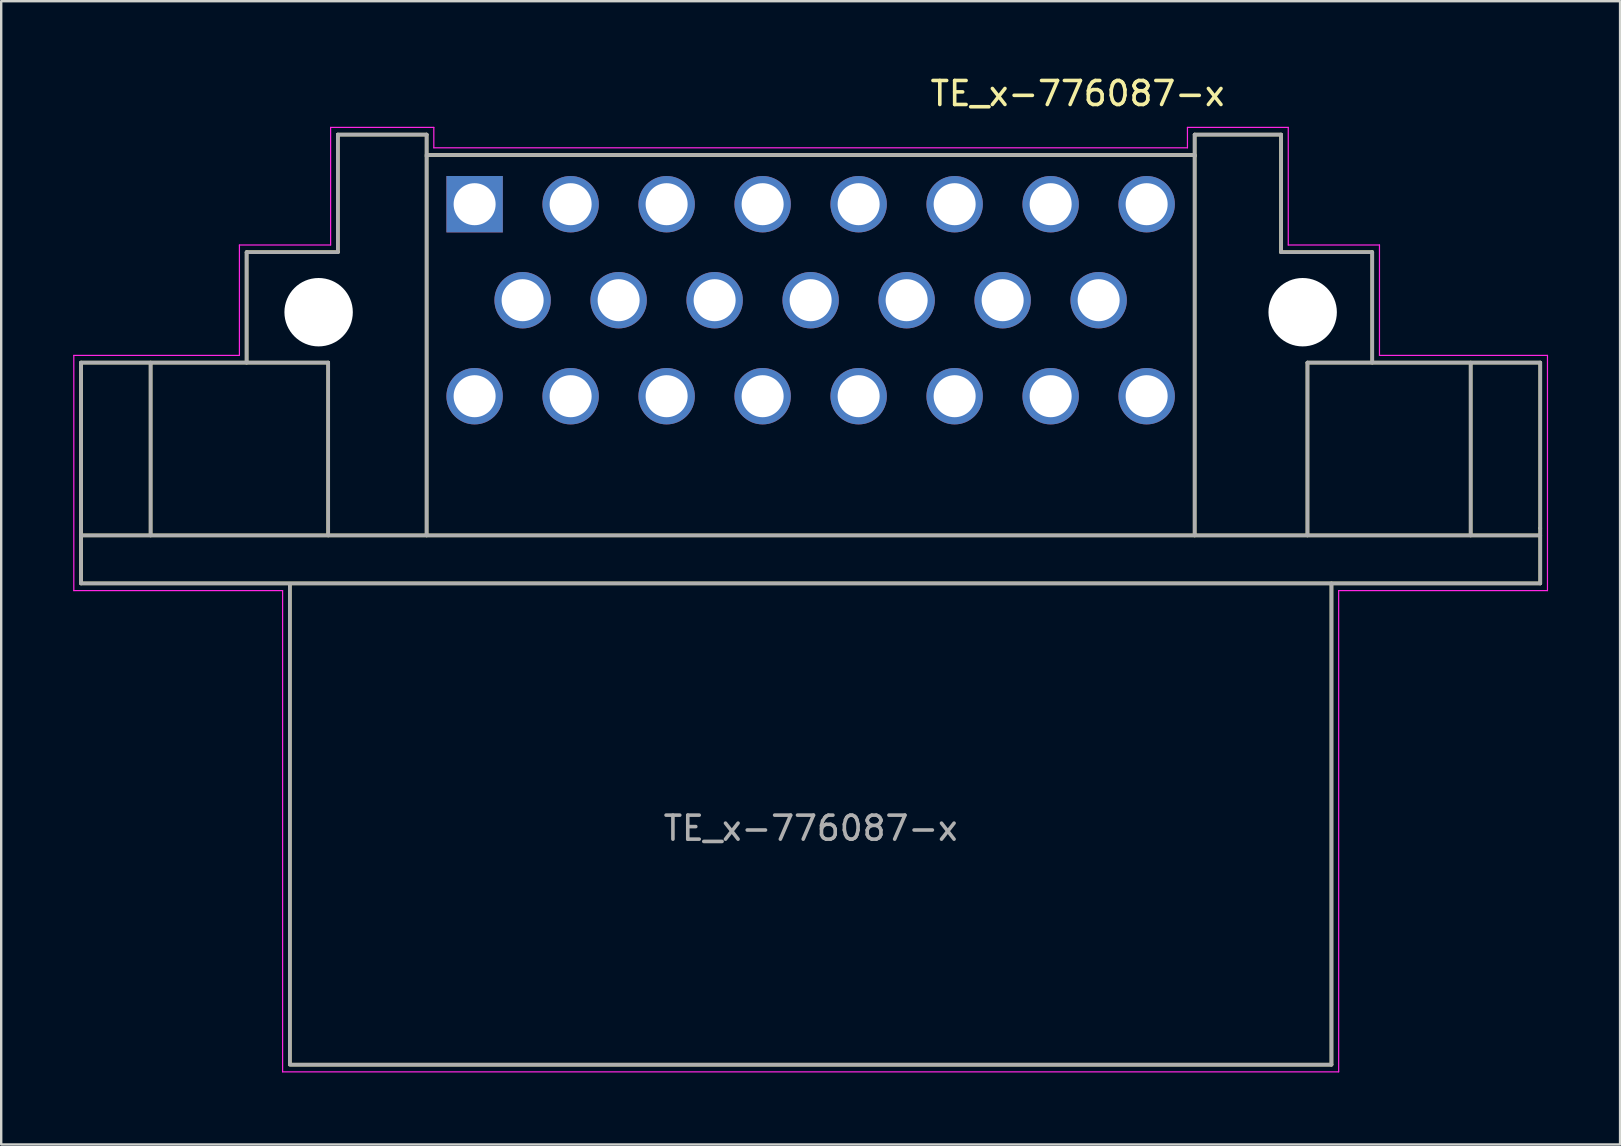
<source format=kicad_pcb>
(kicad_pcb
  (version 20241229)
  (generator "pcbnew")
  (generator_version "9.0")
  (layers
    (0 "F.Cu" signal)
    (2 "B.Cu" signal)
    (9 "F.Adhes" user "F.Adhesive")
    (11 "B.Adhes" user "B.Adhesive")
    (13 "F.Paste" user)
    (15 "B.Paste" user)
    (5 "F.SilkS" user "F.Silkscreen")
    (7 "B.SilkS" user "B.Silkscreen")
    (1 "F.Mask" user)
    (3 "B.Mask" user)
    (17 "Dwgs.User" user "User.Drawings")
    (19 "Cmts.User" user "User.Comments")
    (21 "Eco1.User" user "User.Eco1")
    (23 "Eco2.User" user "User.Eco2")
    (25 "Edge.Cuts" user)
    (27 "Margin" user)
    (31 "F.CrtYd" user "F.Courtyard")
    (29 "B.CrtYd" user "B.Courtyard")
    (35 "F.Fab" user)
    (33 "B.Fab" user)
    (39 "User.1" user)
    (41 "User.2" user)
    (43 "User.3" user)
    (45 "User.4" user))
  (footprint "TE_x-776087-x"
    (layer "F.Cu")
    (at 16.725 5.458)
    (property "Reference" "TE_x-776087-x" (at 25.12 -4.61 0) (layer "F.SilkS") (effects (font (size 1 1) (thickness 0.15))))
    (attr through_hole)
    (fp_line (start -16.4 6.6) (end -6.1 6.6) (stroke (width 0.15) (type solid)) (layer "F.SilkS"))
    (fp_line (start -16.4 13.5) (end -16.4 6.6) (stroke (width 0.15) (type solid)) (layer "F.SilkS"))
    (fp_line (start -16.4 13.5) (end -16.4 15.8) (stroke (width 0.15) (type solid)) (layer "F.SilkS"))
    (fp_line (start -16.4 13.8) (end 44.4 13.8) (stroke (width 0.15) (type solid)) (layer "F.SilkS"))
    (fp_line (start -13.5 6.6) (end -13.5 13.8) (stroke (width 0.15) (type solid)) (layer "F.SilkS"))
    (fp_line (start -9.5 2) (end -9.5 6.6) (stroke (width 0.15) (type solid)) (layer "F.SilkS"))
    (fp_line (start -7.7 15.85) (end -7.7 35.8) (stroke (width 0.15) (type solid)) (layer "F.SilkS"))
    (fp_line (start -7.7 35.85) (end 35.7 35.85) (stroke (width 0.15) (type solid)) (layer "F.SilkS"))
    (fp_line (start -6.1 6.6) (end -6.1 13.8) (stroke (width 0.15) (type solid)) (layer "F.SilkS"))
    (fp_line (start -5.7 -2.9) (end -5.7 2) (stroke (width 0.15) (type solid)) (layer "F.SilkS"))
    (fp_line (start -5.7 2) (end -9.5 2) (stroke (width 0.15) (type solid)) (layer "F.SilkS"))
    (fp_line (start -2 -2.9) (end -5.7 -2.9) (stroke (width 0.15) (type solid)) (layer "F.SilkS"))
    (fp_line (start -2 -2.05) (end 30 -2.05) (stroke (width 0.15) (type solid)) (layer "F.SilkS"))
    (fp_line (start -2 -2) (end -2 -2.9) (stroke (width 0.15) (type solid)) (layer "F.SilkS"))
    (fp_line (start -2 13.8) (end -2 -2) (stroke (width 0.15) (type solid)) (layer "F.SilkS"))
    (fp_line (start 30 -2.9) (end 33.6 -2.9) (stroke (width 0.15) (type solid)) (layer "F.SilkS"))
    (fp_line (start 30 -2) (end 30 -2.9) (stroke (width 0.15) (type solid)) (layer "F.SilkS"))
    (fp_line (start 30 -2) (end 30 13.8) (stroke (width 0.15) (type solid)) (layer "F.SilkS"))
    (fp_line (start 33.6 -2.9) (end 33.6 2) (stroke (width 0.15) (type solid)) (layer "F.SilkS"))
    (fp_line (start 33.6 2) (end 37.4 2) (stroke (width 0.15) (type solid)) (layer "F.SilkS"))
    (fp_line (start 34.7 6.6) (end 34.7 13.8) (stroke (width 0.15) (type solid)) (layer "F.SilkS"))
    (fp_line (start 35.7 35.85) (end 35.7 15.8) (stroke (width 0.15) (type solid)) (layer "F.SilkS"))
    (fp_line (start 37.4 2) (end 37.4 6.6) (stroke (width 0.15) (type solid)) (layer "F.SilkS"))
    (fp_line (start 41.5 6.6) (end 41.5 13.8) (stroke (width 0.15) (type solid)) (layer "F.SilkS"))
    (fp_line (start 44.4 6.6) (end 34.7 6.6) (stroke (width 0.15) (type solid)) (layer "F.SilkS"))
    (fp_line (start 44.4 13.5) (end 44.4 6.6) (stroke (width 0.15) (type solid)) (layer "F.SilkS"))
    (fp_line (start 44.4 13.5) (end 44.4 15.8) (stroke (width 0.15) (type solid)) (layer "F.SilkS"))
    (fp_line (start 44.4 15.8) (end -16.4 15.8) (stroke (width 0.15) (type solid)) (layer "F.SilkS"))
    (fp_line (start -16.7 6.3) (end -9.8 6.3) (stroke (width 0.05) (type solid)) (layer "F.CrtYd"))
    (fp_line (start -16.7 16.1) (end -16.7 6.3) (stroke (width 0.05) (type solid)) (layer "F.CrtYd"))
    (fp_line (start -9.8 1.7) (end -6 1.7) (stroke (width 0.05) (type solid)) (layer "F.CrtYd"))
    (fp_line (start -9.8 6.3) (end -9.8 1.7) (stroke (width 0.05) (type solid)) (layer "F.CrtYd"))
    (fp_line (start -8 16.1) (end -16.7 16.1) (stroke (width 0.05) (type solid)) (layer "F.CrtYd"))
    (fp_line (start -8 36.15) (end -8 16.1) (stroke (width 0.05) (type solid)) (layer "F.CrtYd"))
    (fp_line (start -6 -3.2) (end -1.7 -3.2) (stroke (width 0.05) (type solid)) (layer "F.CrtYd"))
    (fp_line (start -6 1.7) (end -6 -3.2) (stroke (width 0.05) (type solid)) (layer "F.CrtYd"))
    (fp_line (start -1.7 -3.2) (end -1.7 -2.35) (stroke (width 0.05) (type solid)) (layer "F.CrtYd"))
    (fp_line (start -1.7 -2.35) (end 29.7 -2.35) (stroke (width 0.05) (type solid)) (layer "F.CrtYd"))
    (fp_line (start 29.7 -3.2) (end 33.9 -3.2) (stroke (width 0.05) (type solid)) (layer "F.CrtYd"))
    (fp_line (start 29.7 -2.35) (end 29.7 -3.2) (stroke (width 0.05) (type solid)) (layer "F.CrtYd"))
    (fp_line (start 33.9 -3.2) (end 33.9 1.7) (stroke (width 0.05) (type solid)) (layer "F.CrtYd"))
    (fp_line (start 33.9 1.7) (end 37.7 1.7) (stroke (width 0.05) (type solid)) (layer "F.CrtYd"))
    (fp_line (start 36 16.1) (end 36 36.15) (stroke (width 0.05) (type solid)) (layer "F.CrtYd"))
    (fp_line (start 36 36.15) (end -8 36.15) (stroke (width 0.05) (type solid)) (layer "F.CrtYd"))
    (fp_line (start 37.7 1.7) (end 37.7 6.3) (stroke (width 0.05) (type solid)) (layer "F.CrtYd"))
    (fp_line (start 37.7 6.3) (end 44.7 6.3) (stroke (width 0.05) (type solid)) (layer "F.CrtYd"))
    (fp_line (start 44.7 6.3) (end 44.7 16.1) (stroke (width 0.05) (type solid)) (layer "F.CrtYd"))
    (fp_line (start 44.7 16.1) (end 36 16.1) (stroke (width 0.05) (type solid)) (layer "F.CrtYd"))
    (fp_line (start -16.4 6.6) (end -6.1 6.6) (stroke (width 0.15) (type solid)) (layer "F.Fab"))
    (fp_line (start -16.4 13.5) (end -16.4 6.6) (stroke (width 0.15) (type solid)) (layer "F.Fab"))
    (fp_line (start -16.4 13.5) (end -16.4 15.8) (stroke (width 0.15) (type solid)) (layer "F.Fab"))
    (fp_line (start -16.4 13.8) (end 44.4 13.8) (stroke (width 0.15) (type solid)) (layer "F.Fab"))
    (fp_line (start -13.5 6.6) (end -13.5 13.8) (stroke (width 0.15) (type solid)) (layer "F.Fab"))
    (fp_line (start -9.5 2) (end -9.5 6.6) (stroke (width 0.15) (type solid)) (layer "F.Fab"))
    (fp_line (start -7.7 15.85) (end -7.7 35.8) (stroke (width 0.15) (type solid)) (layer "F.Fab"))
    (fp_line (start -7.7 35.85) (end 35.7 35.85) (stroke (width 0.15) (type solid)) (layer "F.Fab"))
    (fp_line (start -6.1 6.6) (end -6.1 13.8) (stroke (width 0.15) (type solid)) (layer "F.Fab"))
    (fp_line (start -5.7 -2.9) (end -5.7 2) (stroke (width 0.15) (type solid)) (layer "F.Fab"))
    (fp_line (start -5.7 2) (end -9.5 2) (stroke (width 0.15) (type solid)) (layer "F.Fab"))
    (fp_line (start -2 -2.9) (end -5.7 -2.9) (stroke (width 0.15) (type solid)) (layer "F.Fab"))
    (fp_line (start -2 -2.05) (end 30 -2.05) (stroke (width 0.15) (type solid)) (layer "F.Fab"))
    (fp_line (start -2 -2) (end -2 -2.9) (stroke (width 0.15) (type solid)) (layer "F.Fab"))
    (fp_line (start -2 13.8) (end -2 -2) (stroke (width 0.15) (type solid)) (layer "F.Fab"))
    (fp_line (start 30 -2.9) (end 33.6 -2.9) (stroke (width 0.15) (type solid)) (layer "F.Fab"))
    (fp_line (start 30 -2) (end 30 -2.9) (stroke (width 0.15) (type solid)) (layer "F.Fab"))
    (fp_line (start 30 -2) (end 30 13.8) (stroke (width 0.15) (type solid)) (layer "F.Fab"))
    (fp_line (start 33.6 -2.9) (end 33.6 2) (stroke (width 0.15) (type solid)) (layer "F.Fab"))
    (fp_line (start 33.6 2) (end 37.4 2) (stroke (width 0.15) (type solid)) (layer "F.Fab"))
    (fp_line (start 34.7 6.6) (end 34.7 13.8) (stroke (width 0.15) (type solid)) (layer "F.Fab"))
    (fp_line (start 35.7 35.85) (end 35.7 15.8) (stroke (width 0.15) (type solid)) (layer "F.Fab"))
    (fp_line (start 37.4 2) (end 37.4 6.6) (stroke (width 0.15) (type solid)) (layer "F.Fab"))
    (fp_line (start 41.5 6.6) (end 41.5 13.8) (stroke (width 0.15) (type solid)) (layer "F.Fab"))
    (fp_line (start 44.4 6.6) (end 34.7 6.6) (stroke (width 0.15) (type solid)) (layer "F.Fab"))
    (fp_line (start 44.4 13.5) (end 44.4 6.6) (stroke (width 0.15) (type solid)) (layer "F.Fab"))
    (fp_line (start 44.4 13.5) (end 44.4 15.8) (stroke (width 0.15) (type solid)) (layer "F.Fab"))
    (fp_line (start 44.4 15.8) (end -16.4 15.8) (stroke (width 0.15) (type solid)) (layer "F.Fab"))
    (fp_text user "${REFERENCE}" (at 14 26 0) (layer "F.Fab") (effects (font (size 1 1) (thickness 0.15))))
    (pad "" np_thru_hole circle (at -6.5 4.5) (size 2.85 2.85) (drill 2.85) (layers "*.Cu" "*.Mask"))
    (pad "" np_thru_hole circle (at 34.5 4.5) (size 2.85 2.85) (drill 2.85) (layers "*.Cu" "*.Mask"))
    (pad "1" thru_hole rect (at 0 0) (size 2.35 2.35) (drill 1.75) (layers "*.Cu" "*.Mask"))
    (pad "2" thru_hole circle (at 4 0) (size 2.35 2.35) (drill 1.75) (layers "*.Cu" "*.Mask"))
    (pad "3" thru_hole circle (at 8 0) (size 2.35 2.35) (drill 1.75) (layers "*.Cu" "*.Mask"))
    (pad "4" thru_hole circle (at 12 0) (size 2.35 2.35) (drill 1.75) (layers "*.Cu" "*.Mask"))
    (pad "5" thru_hole circle (at 16 0) (size 2.35 2.35) (drill 1.75) (layers "*.Cu" "*.Mask"))
    (pad "6" thru_hole circle (at 20 0) (size 2.35 2.35) (drill 1.75) (layers "*.Cu" "*.Mask"))
    (pad "7" thru_hole circle (at 24 0) (size 2.35 2.35) (drill 1.75) (layers "*.Cu" "*.Mask"))
    (pad "8" thru_hole circle (at 28 0) (size 2.35 2.35) (drill 1.75) (layers "*.Cu" "*.Mask"))
    (pad "9" thru_hole circle (at 2 4) (size 2.35 2.35) (drill 1.75) (layers "*.Cu" "*.Mask"))
    (pad "10" thru_hole circle (at 6 4) (size 2.35 2.35) (drill 1.75) (layers "*.Cu" "*.Mask"))
    (pad "11" thru_hole circle (at 10 4) (size 2.35 2.35) (drill 1.75) (layers "*.Cu" "*.Mask"))
    (pad "12" thru_hole circle (at 14 4) (size 2.35 2.35) (drill 1.75) (layers "*.Cu" "*.Mask"))
    (pad "13" thru_hole circle (at 18 4) (size 2.35 2.35) (drill 1.75) (layers "*.Cu" "*.Mask"))
    (pad "14" thru_hole circle (at 22 4) (size 2.35 2.35) (drill 1.75) (layers "*.Cu" "*.Mask"))
    (pad "15" thru_hole circle (at 26 4) (size 2.35 2.35) (drill 1.75) (layers "*.Cu" "*.Mask"))
    (pad "16" thru_hole circle (at 0 8) (size 2.35 2.35) (drill 1.75) (layers "*.Cu" "*.Mask"))
    (pad "17" thru_hole circle (at 4 8) (size 2.35 2.35) (drill 1.75) (layers "*.Cu" "*.Mask"))
    (pad "18" thru_hole circle (at 8 8) (size 2.35 2.35) (drill 1.75) (layers "*.Cu" "*.Mask"))
    (pad "19" thru_hole circle (at 12 8) (size 2.35 2.35) (drill 1.75) (layers "*.Cu" "*.Mask"))
    (pad "20" thru_hole circle (at 16 8) (size 2.35 2.35) (drill 1.75) (layers "*.Cu" "*.Mask"))
    (pad "21" thru_hole circle (at 20 8) (size 2.35 2.35) (drill 1.75) (layers "*.Cu" "*.Mask"))
    (pad "22" thru_hole circle (at 24 8) (size 2.35 2.35) (drill 1.75) (layers "*.Cu" "*.Mask"))
    (pad "23" thru_hole circle (at 28 8) (size 2.35 2.35) (drill 1.75) (layers "*.Cu" "*.Mask")))
  (gr_rect
    (start -3 -3)
    (end 64.45 44.633)
    (stroke (width 0.1) (type default))
    (fill no)
    (layer "Edge.Cuts")))
</source>
